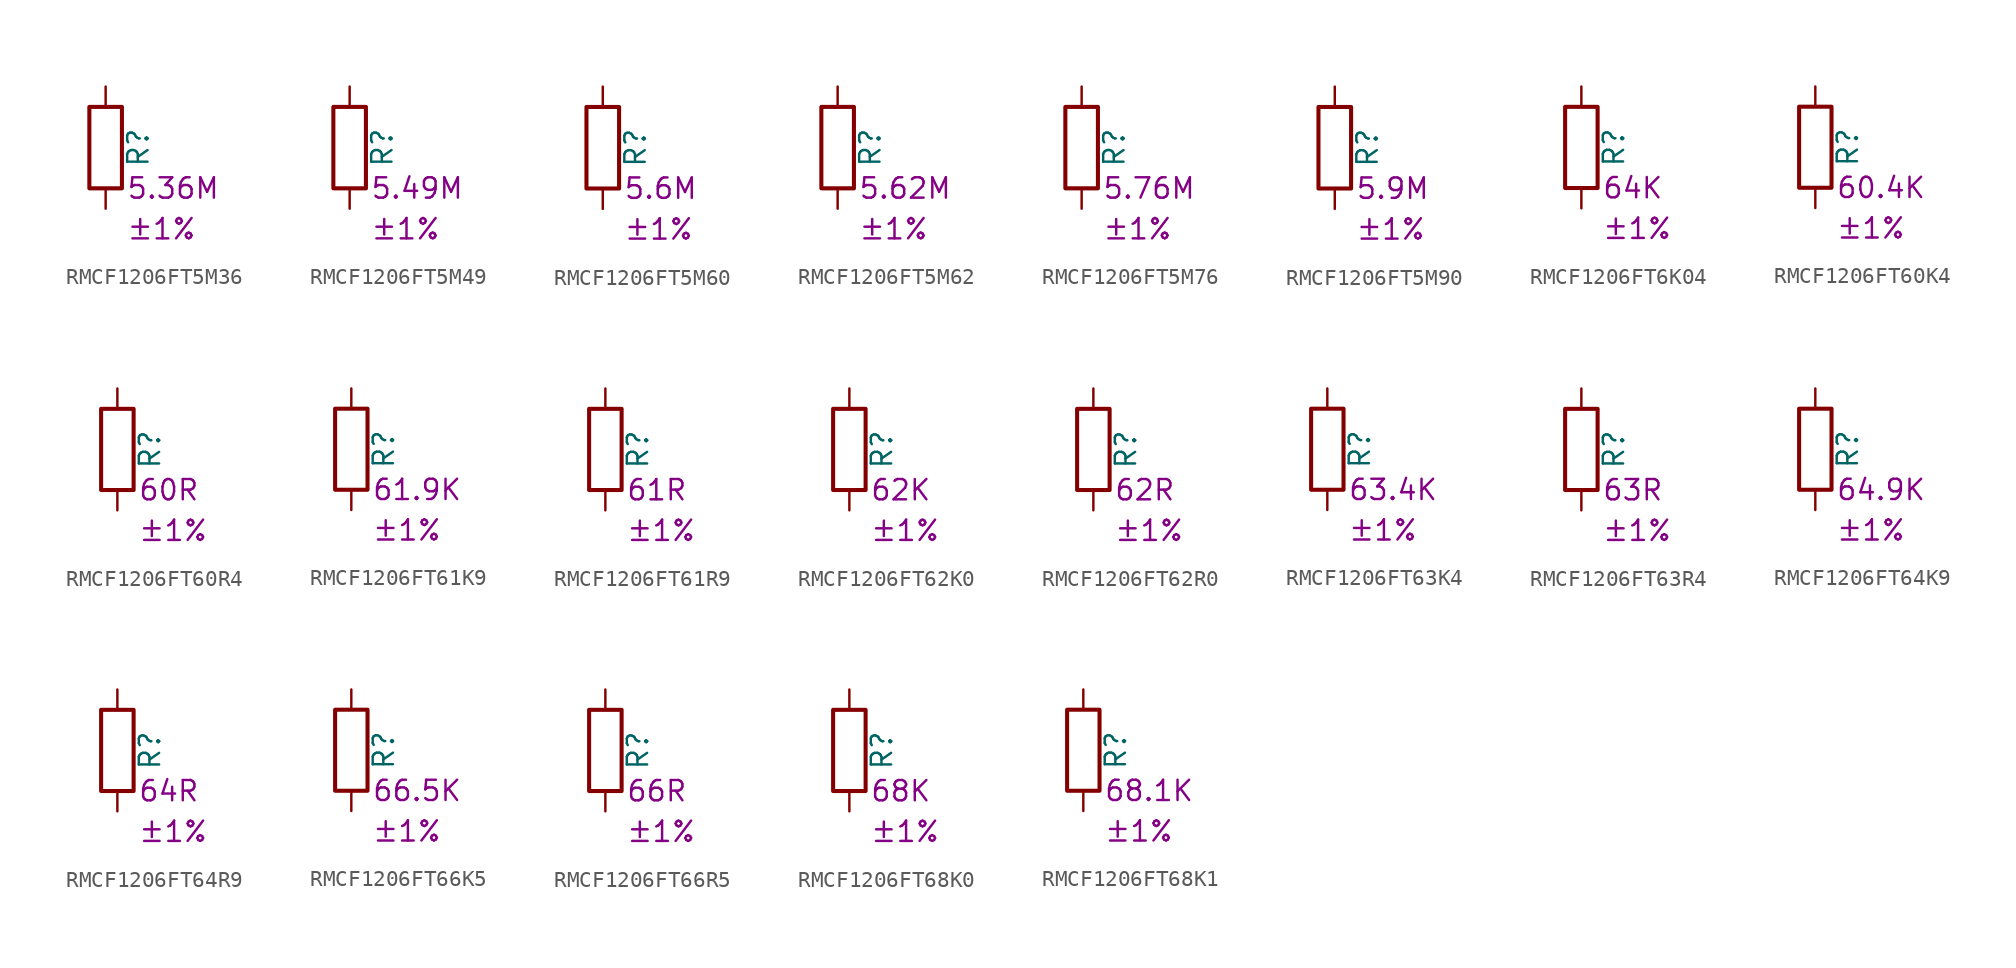
<source format=kicad_sym>
(kicad_symbol_lib
  (version 20220914)
  (generator kicad_symbol_editor)
  (symbol "RMCF1206FT5M36"
    (pin_numbers hide)
    (pin_names
      (offset 0))
    (property "Reference" "R"
      (at 2.032 0 90)
      (effects (font (size 1.27 1.27))))
    (property "Resistance" "5.36M"
      (at 1.27 -2.54 0)
      (effects (font (size 1.27 1.27)) (justify left)))
    (property "Tolerance" "±1%"
      (at 1.27 -5.08 0)
      (effects (font (size 1.27 1.27)) (justify left)))
    (symbol "RMCF1206FT5M36_0_1"
      (rectangle (start -1.016 -2.54) (end 1.016 2.54) (stroke (width 0.254) (type default)) (fill (type none))))
    (symbol "RMCF1206FT5M36_1_1"
      (pin passive line (at 0 3.81 270) (length 1.27) (name "~" (effects (font (size 1.27 1.27)))) (number "1" (effects (font (size 1.27 1.27)))))
      (pin passive line (at 0 -3.81 90) (length 1.27) (name "~" (effects (font (size 1.27 1.27)))) (number "2" (effects (font (size 1.27 1.27)))))))
  (symbol "RMCF1206FT5M49"
    (pin_numbers hide)
    (pin_names
      (offset 0))
    (property "Reference" "R"
      (at 2.032 0 90)
      (effects (font (size 1.27 1.27))))
    (property "Resistance" "5.49M"
      (at 1.27 -2.54 0)
      (effects (font (size 1.27 1.27)) (justify left)))
    (property "Tolerance" "±1%"
      (at 1.27 -5.08 0)
      (effects (font (size 1.27 1.27)) (justify left)))
    (symbol "RMCF1206FT5M49_0_1"
      (rectangle (start -1.016 -2.54) (end 1.016 2.54) (stroke (width 0.254) (type default)) (fill (type none))))
    (symbol "RMCF1206FT5M49_1_1"
      (pin passive line (at 0 3.81 270) (length 1.27) (name "~" (effects (font (size 1.27 1.27)))) (number "1" (effects (font (size 1.27 1.27)))))
      (pin passive line (at 0 -3.81 90) (length 1.27) (name "~" (effects (font (size 1.27 1.27)))) (number "2" (effects (font (size 1.27 1.27)))))))
  (symbol "RMCF1206FT5M60"
    (pin_numbers hide)
    (pin_names
      (offset 0))
    (property "Reference" "R"
      (at 2.032 0 90)
      (effects (font (size 1.27 1.27))))
    (property "Resistance" "5.6M"
      (at 1.27 -2.54 0)
      (effects (font (size 1.27 1.27)) (justify left)))
    (property "Tolerance" "±1%"
      (at 1.27 -5.08 0)
      (effects (font (size 1.27 1.27)) (justify left)))
    (symbol "RMCF1206FT5M60_0_1"
      (rectangle (start -1.016 -2.54) (end 1.016 2.54) (stroke (width 0.254) (type default)) (fill (type none))))
    (symbol "RMCF1206FT5M60_1_1"
      (pin passive line (at 0 3.81 270) (length 1.27) (name "~" (effects (font (size 1.27 1.27)))) (number "1" (effects (font (size 1.27 1.27)))))
      (pin passive line (at 0 -3.81 90) (length 1.27) (name "~" (effects (font (size 1.27 1.27)))) (number "2" (effects (font (size 1.27 1.27)))))))
  (symbol "RMCF1206FT5M62"
    (pin_numbers hide)
    (pin_names
      (offset 0))
    (property "Reference" "R"
      (at 2.032 0 90)
      (effects (font (size 1.27 1.27))))
    (property "Resistance" "5.62M"
      (at 1.27 -2.54 0)
      (effects (font (size 1.27 1.27)) (justify left)))
    (property "Tolerance" "±1%"
      (at 1.27 -5.08 0)
      (effects (font (size 1.27 1.27)) (justify left)))
    (symbol "RMCF1206FT5M62_0_1"
      (rectangle (start -1.016 -2.54) (end 1.016 2.54) (stroke (width 0.254) (type default)) (fill (type none))))
    (symbol "RMCF1206FT5M62_1_1"
      (pin passive line (at 0 3.81 270) (length 1.27) (name "~" (effects (font (size 1.27 1.27)))) (number "1" (effects (font (size 1.27 1.27)))))
      (pin passive line (at 0 -3.81 90) (length 1.27) (name "~" (effects (font (size 1.27 1.27)))) (number "2" (effects (font (size 1.27 1.27)))))))
  (symbol "RMCF1206FT5M76"
    (pin_numbers hide)
    (pin_names
      (offset 0))
    (property "Reference" "R"
      (at 2.032 0 90)
      (effects (font (size 1.27 1.27))))
    (property "Resistance" "5.76M"
      (at 1.27 -2.54 0)
      (effects (font (size 1.27 1.27)) (justify left)))
    (property "Tolerance" "±1%"
      (at 1.27 -5.08 0)
      (effects (font (size 1.27 1.27)) (justify left)))
    (symbol "RMCF1206FT5M76_0_1"
      (rectangle (start -1.016 -2.54) (end 1.016 2.54) (stroke (width 0.254) (type default)) (fill (type none))))
    (symbol "RMCF1206FT5M76_1_1"
      (pin passive line (at 0 3.81 270) (length 1.27) (name "~" (effects (font (size 1.27 1.27)))) (number "1" (effects (font (size 1.27 1.27)))))
      (pin passive line (at 0 -3.81 90) (length 1.27) (name "~" (effects (font (size 1.27 1.27)))) (number "2" (effects (font (size 1.27 1.27)))))))
  (symbol "RMCF1206FT5M90"
    (pin_numbers hide)
    (pin_names
      (offset 0))
    (property "Reference" "R"
      (at 2.032 0 90)
      (effects (font (size 1.27 1.27))))
    (property "Resistance" "5.9M"
      (at 1.27 -2.54 0)
      (effects (font (size 1.27 1.27)) (justify left)))
    (property "Tolerance" "±1%"
      (at 1.27 -5.08 0)
      (effects (font (size 1.27 1.27)) (justify left)))
    (symbol "RMCF1206FT5M90_0_1"
      (rectangle (start -1.016 -2.54) (end 1.016 2.54) (stroke (width 0.254) (type default)) (fill (type none))))
    (symbol "RMCF1206FT5M90_1_1"
      (pin passive line (at 0 3.81 270) (length 1.27) (name "~" (effects (font (size 1.27 1.27)))) (number "1" (effects (font (size 1.27 1.27)))))
      (pin passive line (at 0 -3.81 90) (length 1.27) (name "~" (effects (font (size 1.27 1.27)))) (number "2" (effects (font (size 1.27 1.27)))))))
  (symbol "RMCF1206FT6K04"
    (pin_numbers hide)
    (pin_names
      (offset 0))
    (property "Reference" "R"
      (at 2.032 0 90)
      (effects (font (size 1.27 1.27))))
    (property "Resistance" "64K"
      (at 1.27 -2.54 0)
      (effects (font (size 1.27 1.27)) (justify left)))
    (property "Tolerance" "±1%"
      (at 1.27 -5.08 0)
      (effects (font (size 1.27 1.27)) (justify left)))
    (symbol "RMCF1206FT6K04_0_1"
      (rectangle (start -1.016 -2.54) (end 1.016 2.54) (stroke (width 0.254) (type default)) (fill (type none))))
    (symbol "RMCF1206FT6K04_1_1"
      (pin passive line (at 0 3.81 270) (length 1.27) (name "~" (effects (font (size 1.27 1.27)))) (number "1" (effects (font (size 1.27 1.27)))))
      (pin passive line (at 0 -3.81 90) (length 1.27) (name "~" (effects (font (size 1.27 1.27)))) (number "2" (effects (font (size 1.27 1.27)))))))
  (symbol "RMCF1206FT60K4"
    (pin_numbers hide)
    (pin_names
      (offset 0))
    (property "Reference" "R"
      (at 2.032 0 90)
      (effects (font (size 1.27 1.27))))
    (property "Resistance" "60.4K"
      (at 1.27 -2.54 0)
      (effects (font (size 1.27 1.27)) (justify left)))
    (property "Tolerance" "±1%"
      (at 1.27 -5.08 0)
      (effects (font (size 1.27 1.27)) (justify left)))
    (symbol "RMCF1206FT60K4_0_1"
      (rectangle (start -1.016 -2.54) (end 1.016 2.54) (stroke (width 0.254) (type default)) (fill (type none))))
    (symbol "RMCF1206FT60K4_1_1"
      (pin passive line (at 0 3.81 270) (length 1.27) (name "~" (effects (font (size 1.27 1.27)))) (number "1" (effects (font (size 1.27 1.27)))))
      (pin passive line (at 0 -3.81 90) (length 1.27) (name "~" (effects (font (size 1.27 1.27)))) (number "2" (effects (font (size 1.27 1.27)))))))
  (symbol "RMCF1206FT60R4"
    (pin_numbers hide)
    (pin_names
      (offset 0))
    (property "Reference" "R"
      (at 2.032 0 90)
      (effects (font (size 1.27 1.27))))
    (property "Resistance" "60R"
      (at 1.27 -2.54 0)
      (effects (font (size 1.27 1.27)) (justify left)))
    (property "Tolerance" "±1%"
      (at 1.27 -5.08 0)
      (effects (font (size 1.27 1.27)) (justify left)))
    (symbol "RMCF1206FT60R4_0_1"
      (rectangle (start -1.016 -2.54) (end 1.016 2.54) (stroke (width 0.254) (type default)) (fill (type none))))
    (symbol "RMCF1206FT60R4_1_1"
      (pin passive line (at 0 3.81 270) (length 1.27) (name "~" (effects (font (size 1.27 1.27)))) (number "1" (effects (font (size 1.27 1.27)))))
      (pin passive line (at 0 -3.81 90) (length 1.27) (name "~" (effects (font (size 1.27 1.27)))) (number "2" (effects (font (size 1.27 1.27)))))))
  (symbol "RMCF1206FT61K9"
    (pin_numbers hide)
    (pin_names
      (offset 0))
    (property "Reference" "R"
      (at 2.032 0 90)
      (effects (font (size 1.27 1.27))))
    (property "Resistance" "61.9K"
      (at 1.27 -2.54 0)
      (effects (font (size 1.27 1.27)) (justify left)))
    (property "Tolerance" "±1%"
      (at 1.27 -5.08 0)
      (effects (font (size 1.27 1.27)) (justify left)))
    (symbol "RMCF1206FT61K9_0_1"
      (rectangle (start -1.016 -2.54) (end 1.016 2.54) (stroke (width 0.254) (type default)) (fill (type none))))
    (symbol "RMCF1206FT61K9_1_1"
      (pin passive line (at 0 3.81 270) (length 1.27) (name "~" (effects (font (size 1.27 1.27)))) (number "1" (effects (font (size 1.27 1.27)))))
      (pin passive line (at 0 -3.81 90) (length 1.27) (name "~" (effects (font (size 1.27 1.27)))) (number "2" (effects (font (size 1.27 1.27)))))))
  (symbol "RMCF1206FT61R9"
    (pin_numbers hide)
    (pin_names
      (offset 0))
    (property "Reference" "R"
      (at 2.032 0 90)
      (effects (font (size 1.27 1.27))))
    (property "Resistance" "61R"
      (at 1.27 -2.54 0)
      (effects (font (size 1.27 1.27)) (justify left)))
    (property "Tolerance" "±1%"
      (at 1.27 -5.08 0)
      (effects (font (size 1.27 1.27)) (justify left)))
    (symbol "RMCF1206FT61R9_0_1"
      (rectangle (start -1.016 -2.54) (end 1.016 2.54) (stroke (width 0.254) (type default)) (fill (type none))))
    (symbol "RMCF1206FT61R9_1_1"
      (pin passive line (at 0 3.81 270) (length 1.27) (name "~" (effects (font (size 1.27 1.27)))) (number "1" (effects (font (size 1.27 1.27)))))
      (pin passive line (at 0 -3.81 90) (length 1.27) (name "~" (effects (font (size 1.27 1.27)))) (number "2" (effects (font (size 1.27 1.27)))))))
  (symbol "RMCF1206FT62K0"
    (pin_numbers hide)
    (pin_names
      (offset 0))
    (property "Reference" "R"
      (at 2.032 0 90)
      (effects (font (size 1.27 1.27))))
    (property "Resistance" "62K"
      (at 1.27 -2.54 0)
      (effects (font (size 1.27 1.27)) (justify left)))
    (property "Tolerance" "±1%"
      (at 1.27 -5.08 0)
      (effects (font (size 1.27 1.27)) (justify left)))
    (symbol "RMCF1206FT62K0_0_1"
      (rectangle (start -1.016 -2.54) (end 1.016 2.54) (stroke (width 0.254) (type default)) (fill (type none))))
    (symbol "RMCF1206FT62K0_1_1"
      (pin passive line (at 0 3.81 270) (length 1.27) (name "~" (effects (font (size 1.27 1.27)))) (number "1" (effects (font (size 1.27 1.27)))))
      (pin passive line (at 0 -3.81 90) (length 1.27) (name "~" (effects (font (size 1.27 1.27)))) (number "2" (effects (font (size 1.27 1.27)))))))
  (symbol "RMCF1206FT62R0"
    (pin_numbers hide)
    (pin_names
      (offset 0))
    (property "Reference" "R"
      (at 2.032 0 90)
      (effects (font (size 1.27 1.27))))
    (property "Resistance" "62R"
      (at 1.27 -2.54 0)
      (effects (font (size 1.27 1.27)) (justify left)))
    (property "Tolerance" "±1%"
      (at 1.27 -5.08 0)
      (effects (font (size 1.27 1.27)) (justify left)))
    (symbol "RMCF1206FT62R0_0_1"
      (rectangle (start -1.016 -2.54) (end 1.016 2.54) (stroke (width 0.254) (type default)) (fill (type none))))
    (symbol "RMCF1206FT62R0_1_1"
      (pin passive line (at 0 3.81 270) (length 1.27) (name "~" (effects (font (size 1.27 1.27)))) (number "1" (effects (font (size 1.27 1.27)))))
      (pin passive line (at 0 -3.81 90) (length 1.27) (name "~" (effects (font (size 1.27 1.27)))) (number "2" (effects (font (size 1.27 1.27)))))))
  (symbol "RMCF1206FT63K4"
    (pin_numbers hide)
    (pin_names
      (offset 0))
    (property "Reference" "R"
      (at 2.032 0 90)
      (effects (font (size 1.27 1.27))))
    (property "Resistance" "63.4K"
      (at 1.27 -2.54 0)
      (effects (font (size 1.27 1.27)) (justify left)))
    (property "Tolerance" "±1%"
      (at 1.27 -5.08 0)
      (effects (font (size 1.27 1.27)) (justify left)))
    (symbol "RMCF1206FT63K4_0_1"
      (rectangle (start -1.016 -2.54) (end 1.016 2.54) (stroke (width 0.254) (type default)) (fill (type none))))
    (symbol "RMCF1206FT63K4_1_1"
      (pin passive line (at 0 3.81 270) (length 1.27) (name "~" (effects (font (size 1.27 1.27)))) (number "1" (effects (font (size 1.27 1.27)))))
      (pin passive line (at 0 -3.81 90) (length 1.27) (name "~" (effects (font (size 1.27 1.27)))) (number "2" (effects (font (size 1.27 1.27)))))))
  (symbol "RMCF1206FT63R4"
    (pin_numbers hide)
    (pin_names
      (offset 0))
    (property "Reference" "R"
      (at 2.032 0 90)
      (effects (font (size 1.27 1.27))))
    (property "Resistance" "63R"
      (at 1.27 -2.54 0)
      (effects (font (size 1.27 1.27)) (justify left)))
    (property "Tolerance" "±1%"
      (at 1.27 -5.08 0)
      (effects (font (size 1.27 1.27)) (justify left)))
    (symbol "RMCF1206FT63R4_0_1"
      (rectangle (start -1.016 -2.54) (end 1.016 2.54) (stroke (width 0.254) (type default)) (fill (type none))))
    (symbol "RMCF1206FT63R4_1_1"
      (pin passive line (at 0 3.81 270) (length 1.27) (name "~" (effects (font (size 1.27 1.27)))) (number "1" (effects (font (size 1.27 1.27)))))
      (pin passive line (at 0 -3.81 90) (length 1.27) (name "~" (effects (font (size 1.27 1.27)))) (number "2" (effects (font (size 1.27 1.27)))))))
  (symbol "RMCF1206FT64K9"
    (pin_numbers hide)
    (pin_names
      (offset 0))
    (property "Reference" "R"
      (at 2.032 0 90)
      (effects (font (size 1.27 1.27))))
    (property "Resistance" "64.9K"
      (at 1.27 -2.54 0)
      (effects (font (size 1.27 1.27)) (justify left)))
    (property "Tolerance" "±1%"
      (at 1.27 -5.08 0)
      (effects (font (size 1.27 1.27)) (justify left)))
    (symbol "RMCF1206FT64K9_0_1"
      (rectangle (start -1.016 -2.54) (end 1.016 2.54) (stroke (width 0.254) (type default)) (fill (type none))))
    (symbol "RMCF1206FT64K9_1_1"
      (pin passive line (at 0 3.81 270) (length 1.27) (name "~" (effects (font (size 1.27 1.27)))) (number "1" (effects (font (size 1.27 1.27)))))
      (pin passive line (at 0 -3.81 90) (length 1.27) (name "~" (effects (font (size 1.27 1.27)))) (number "2" (effects (font (size 1.27 1.27)))))))
  (symbol "RMCF1206FT64R9"
    (pin_numbers hide)
    (pin_names
      (offset 0))
    (property "Reference" "R"
      (at 2.032 0 90)
      (effects (font (size 1.27 1.27))))
    (property "Resistance" "64R"
      (at 1.27 -2.54 0)
      (effects (font (size 1.27 1.27)) (justify left)))
    (property "Tolerance" "±1%"
      (at 1.27 -5.08 0)
      (effects (font (size 1.27 1.27)) (justify left)))
    (symbol "RMCF1206FT64R9_0_1"
      (rectangle (start -1.016 -2.54) (end 1.016 2.54) (stroke (width 0.254) (type default)) (fill (type none))))
    (symbol "RMCF1206FT64R9_1_1"
      (pin passive line (at 0 3.81 270) (length 1.27) (name "~" (effects (font (size 1.27 1.27)))) (number "1" (effects (font (size 1.27 1.27)))))
      (pin passive line (at 0 -3.81 90) (length 1.27) (name "~" (effects (font (size 1.27 1.27)))) (number "2" (effects (font (size 1.27 1.27)))))))
  (symbol "RMCF1206FT66K5"
    (pin_numbers hide)
    (pin_names
      (offset 0))
    (property "Reference" "R"
      (at 2.032 0 90)
      (effects (font (size 1.27 1.27))))
    (property "Resistance" "66.5K"
      (at 1.27 -2.54 0)
      (effects (font (size 1.27 1.27)) (justify left)))
    (property "Tolerance" "±1%"
      (at 1.27 -5.08 0)
      (effects (font (size 1.27 1.27)) (justify left)))
    (symbol "RMCF1206FT66K5_0_1"
      (rectangle (start -1.016 -2.54) (end 1.016 2.54) (stroke (width 0.254) (type default)) (fill (type none))))
    (symbol "RMCF1206FT66K5_1_1"
      (pin passive line (at 0 3.81 270) (length 1.27) (name "~" (effects (font (size 1.27 1.27)))) (number "1" (effects (font (size 1.27 1.27)))))
      (pin passive line (at 0 -3.81 90) (length 1.27) (name "~" (effects (font (size 1.27 1.27)))) (number "2" (effects (font (size 1.27 1.27)))))))
  (symbol "RMCF1206FT66R5"
    (pin_numbers hide)
    (pin_names
      (offset 0))
    (property "Reference" "R"
      (at 2.032 0 90)
      (effects (font (size 1.27 1.27))))
    (property "Resistance" "66R"
      (at 1.27 -2.54 0)
      (effects (font (size 1.27 1.27)) (justify left)))
    (property "Tolerance" "±1%"
      (at 1.27 -5.08 0)
      (effects (font (size 1.27 1.27)) (justify left)))
    (symbol "RMCF1206FT66R5_0_1"
      (rectangle (start -1.016 -2.54) (end 1.016 2.54) (stroke (width 0.254) (type default)) (fill (type none))))
    (symbol "RMCF1206FT66R5_1_1"
      (pin passive line (at 0 3.81 270) (length 1.27) (name "~" (effects (font (size 1.27 1.27)))) (number "1" (effects (font (size 1.27 1.27)))))
      (pin passive line (at 0 -3.81 90) (length 1.27) (name "~" (effects (font (size 1.27 1.27)))) (number "2" (effects (font (size 1.27 1.27)))))))
  (symbol "RMCF1206FT68K0"
    (pin_numbers hide)
    (pin_names
      (offset 0))
    (property "Reference" "R"
      (at 2.032 0 90)
      (effects (font (size 1.27 1.27))))
    (property "Resistance" "68K"
      (at 1.27 -2.54 0)
      (effects (font (size 1.27 1.27)) (justify left)))
    (property "Tolerance" "±1%"
      (at 1.27 -5.08 0)
      (effects (font (size 1.27 1.27)) (justify left)))
    (symbol "RMCF1206FT68K0_0_1"
      (rectangle (start -1.016 -2.54) (end 1.016 2.54) (stroke (width 0.254) (type default)) (fill (type none))))
    (symbol "RMCF1206FT68K0_1_1"
      (pin passive line (at 0 3.81 270) (length 1.27) (name "~" (effects (font (size 1.27 1.27)))) (number "1" (effects (font (size 1.27 1.27)))))
      (pin passive line (at 0 -3.81 90) (length 1.27) (name "~" (effects (font (size 1.27 1.27)))) (number "2" (effects (font (size 1.27 1.27)))))))
  (symbol "RMCF1206FT68K1"
    (pin_numbers hide)
    (pin_names
      (offset 0))
    (property "Reference" "R"
      (at 2.032 0 90)
      (effects (font (size 1.27 1.27))))
    (property "Resistance" "68.1K"
      (at 1.27 -2.54 0)
      (effects (font (size 1.27 1.27)) (justify left)))
    (property "Tolerance" "±1%"
      (at 1.27 -5.08 0)
      (effects (font (size 1.27 1.27)) (justify left)))
    (symbol "RMCF1206FT68K1_0_1"
      (rectangle (start -1.016 -2.54) (end 1.016 2.54) (stroke (width 0.254) (type default)) (fill (type none))))
    (symbol "RMCF1206FT68K1_1_1"
      (pin passive line (at 0 3.81 270) (length 1.27) (name "~" (effects (font (size 1.27 1.27)))) (number "1" (effects (font (size 1.27 1.27)))))
      (pin passive line (at 0 -3.81 90) (length 1.27) (name "~" (effects (font (size 1.27 1.27)))) (number "2" (effects (font (size 1.27 1.27))))))))
</source>
